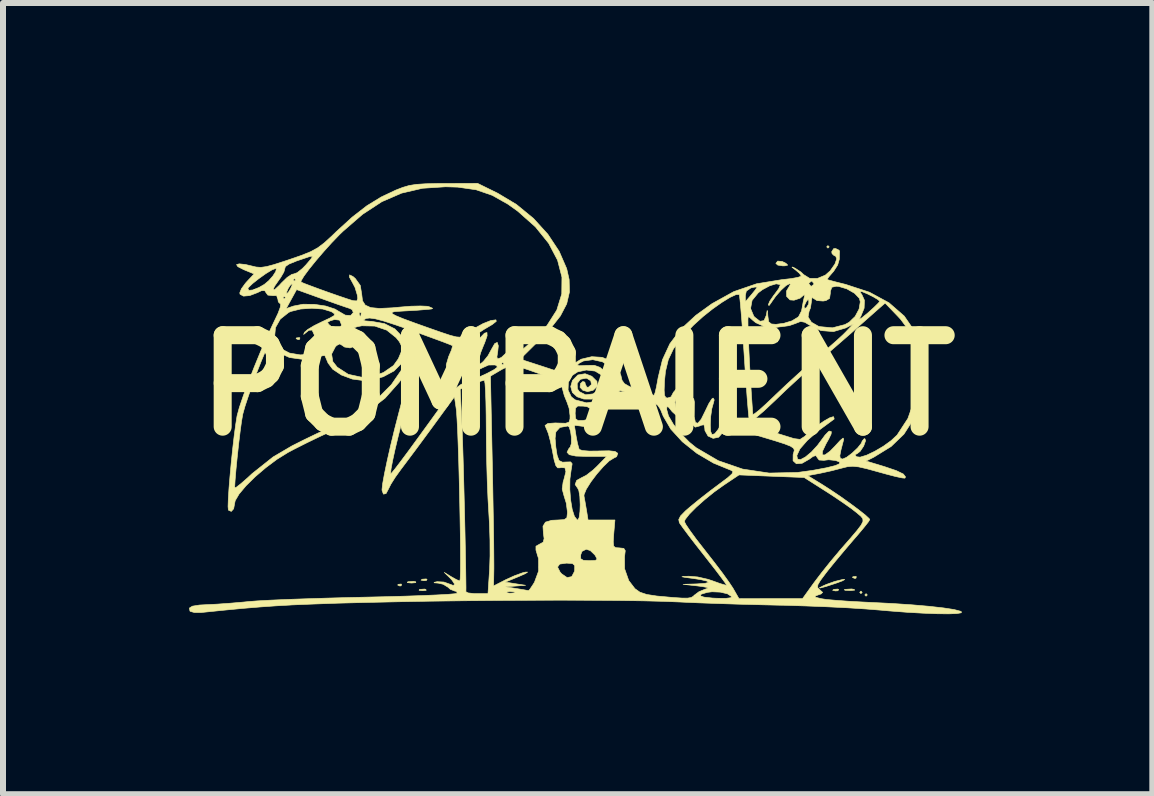
<source format=kicad_pcb>
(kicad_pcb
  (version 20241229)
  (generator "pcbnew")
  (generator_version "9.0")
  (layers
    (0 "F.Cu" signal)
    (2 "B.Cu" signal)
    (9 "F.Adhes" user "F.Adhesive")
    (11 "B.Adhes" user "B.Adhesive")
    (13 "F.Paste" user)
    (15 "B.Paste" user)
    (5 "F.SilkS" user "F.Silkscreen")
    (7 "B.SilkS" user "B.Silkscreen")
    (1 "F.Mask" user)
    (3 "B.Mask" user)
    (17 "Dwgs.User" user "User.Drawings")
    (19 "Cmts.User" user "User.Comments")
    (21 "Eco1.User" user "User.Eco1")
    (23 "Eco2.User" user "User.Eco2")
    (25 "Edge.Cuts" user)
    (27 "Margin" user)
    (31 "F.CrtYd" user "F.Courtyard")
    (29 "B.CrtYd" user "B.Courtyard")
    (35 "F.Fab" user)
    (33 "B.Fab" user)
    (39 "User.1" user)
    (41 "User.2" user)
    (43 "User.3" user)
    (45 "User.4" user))
  (footprint "POMPAIENT"
    (layer "F.Cu")
    (at 6.575 3.37)
    (property "Reference" "POMPAIENT" (at 0 0 0) (layer "F.SilkS") (effects (font (size 1.524 1.524) (thickness 0.3))))
    (attr through_hole)
    (fp_poly (pts (xy 4.191 -2.307) (xy 4.17 -2.286) (xy 4.149 -2.307) (xy 4.17 -2.328) (xy 4.191 -2.307)) (stroke (width 0.01) (type solid)) (fill yes) (layer "F.SilkS"))
    (fp_poly (pts (xy 4.741 3.45) (xy 4.72 3.471) (xy 4.699 3.45) (xy 4.72 3.429) (xy 4.741 3.45)) (stroke (width 0.01) (type solid)) (fill yes) (layer "F.SilkS"))
    (fp_poly (pts (xy 4.826 3.493) (xy 4.805 3.514) (xy 4.784 3.493) (xy 4.805 3.471) (xy 4.826 3.493)) (stroke (width 0.01) (type solid)) (fill yes) (layer "F.SilkS"))
    (fp_poly (pts (xy -4.628 -0.79) (xy -4.634 -0.765) (xy -4.657 -0.762) (xy -4.692 -0.777) (xy -4.685 -0.79) (xy -4.635 -0.795) (xy -4.628 -0.79)) (stroke (width 0.01) (type solid)) (fill yes) (layer "F.SilkS"))
    (fp_poly (pts (xy -2.935 3.316) (xy -2.941 3.341) (xy -2.963 3.344) (xy -2.998 3.329) (xy -2.992 3.316) (xy -2.941 3.311) (xy -2.935 3.316)) (stroke (width 0.01) (type solid)) (fill yes) (layer "F.SilkS"))
    (fp_poly (pts (xy -2.529 3.401) (xy -2.524 3.416) (xy -2.582 3.422) (xy -2.642 3.416) (xy -2.635 3.401) (xy -2.549 3.395) (xy -2.529 3.401)) (stroke (width 0.01) (type solid)) (fill yes) (layer "F.SilkS"))
    (fp_poly (pts (xy -2.509 3.234) (xy -2.522 3.253) (xy -2.565 3.256) (xy -2.61 3.246) (xy -2.59 3.231) (xy -2.524 3.226) (xy -2.509 3.234)) (stroke (width 0.01) (type solid)) (fill yes) (layer "F.SilkS"))
    (fp_poly (pts (xy 4.349 3.403) (xy 4.336 3.423) (xy 4.293 3.426) (xy 4.248 3.415) (xy 4.268 3.4) (xy 4.334 3.395) (xy 4.349 3.403)) (stroke (width 0.01) (type solid)) (fill yes) (layer "F.SilkS"))
    (fp_poly (pts (xy 4.643 3.189) (xy 4.637 3.214) (xy 4.614 3.217) (xy 4.579 3.202) (xy 4.586 3.189) (xy 4.636 3.184) (xy 4.643 3.189)) (stroke (width 0.01) (type solid)) (fill yes) (layer "F.SilkS"))
    (fp_poly (pts (xy -2.698 3.274) (xy -2.697 3.288) (xy -2.763 3.294) (xy -2.773 3.294) (xy -2.838 3.288) (xy -2.832 3.275) (xy -2.825 3.273) (xy -2.733 3.266) (xy -2.698 3.274)) (stroke (width 0.01) (type solid)) (fill yes) (layer "F.SilkS"))
    (fp_poly (pts (xy 3.409 -2.063) (xy 3.471 -2.032) (xy 3.5 -2.003) (xy 3.455 -1.991) (xy 3.418 -1.99) (xy 3.334 -2.003) (xy 3.302 -2.032) (xy 3.333 -2.07) (xy 3.409 -2.063)) (stroke (width 0.01) (type solid)) (fill yes) (layer "F.SilkS"))
    (fp_poly (pts (xy 4.604 3.4) (xy 4.617 3.412) (xy 4.558 3.419) (xy 4.53 3.419) (xy 4.453 3.415) (xy 4.444 3.404) (xy 4.456 3.4) (xy 4.563 3.393) (xy 4.604 3.4)) (stroke (width 0.01) (type solid)) (fill yes) (layer "F.SilkS"))
    (fp_poly (pts (xy 4.45 3.236) (xy 4.411 3.258) (xy 4.308 3.296) (xy 4.297 3.3) (xy 4.134 3.353) (xy 4.044 3.377) (xy 4.027 3.374) (xy 4.087 3.343) (xy 4.143 3.318) (xy 4.282 3.268) (xy 4.417 3.235) (xy 4.418 3.235) (xy 4.45 3.236)) (stroke (width 0.01) (type solid)) (fill yes) (layer "F.SilkS"))
    (fp_poly (pts (xy -1.332 -3.2) (xy -1.02 -3.013) (xy -0.737 -2.781) (xy -0.496 -2.516) (xy -0.308 -2.232) (xy -0.183 -1.944) (xy -0.142 -1.763) (xy -0.137 -1.555) (xy -0.183 -1.357) (xy -0.288 -1.156) (xy -0.458 -0.94) (xy -0.612 -0.779) (xy -0.958 -0.436) (xy -0.604 -0.321) (xy -0.251 -0.205) (xy -0.103 -0.336) (xy 0.058 -0.435) (xy 0.235 -0.477) (xy 0.408 -0.466) (xy 0.559 -0.405) (xy 0.67 -0.298) (xy 0.72 -0.165) (xy 0.739 -0.084) (xy 0.779 -0.028) (xy 0.861 0.019) (xy 0.995 0.071) (xy 1.129 0.12) (xy 1.23 0.154) (xy 1.271 0.167) (xy 1.288 0.13) (xy 1.3 0.08) (xy 1.441 0.08) (xy 1.447 0.167) (xy 1.469 0.205) (xy 1.498 0.212) (xy 1.557 0.192) (xy 1.566 0.173) (xy 1.596 0.116) (xy 1.668 0.033) (xy 1.756 -0.051) (xy 1.836 -0.112) (xy 1.874 -0.127) (xy 1.876 -0.101) (xy 1.826 -0.037) (xy 1.785 0.006) (xy 1.669 0.149) (xy 1.619 0.28) (xy 1.641 0.388) (xy 1.651 0.403) (xy 1.732 0.461) (xy 1.803 0.436) (xy 1.856 0.339) (xy 1.901 0.238) (xy 1.933 0.22) (xy 1.946 0.283) (xy 1.944 0.349) (xy 1.942 0.524) (xy 1.962 0.619) (xy 2.002 0.632) (xy 2.059 0.565) (xy 2.129 0.423) (xy 2.185 0.306) (xy 2.234 0.229) (xy 2.257 0.212) (xy 2.275 0.243) (xy 2.264 0.286) (xy 2.235 0.39) (xy 2.216 0.524) (xy 2.21 0.66) (xy 2.216 0.768) (xy 2.237 0.821) (xy 2.284 0.807) (xy 2.342 0.734) (xy 2.353 0.713) (xy 2.393 0.608) (xy 2.408 0.481) (xy 2.401 0.303) (xy 2.399 0.281) (xy 2.389 0.125) (xy 2.394 0.043) (xy 2.413 0.027) (xy 2.422 0.034) (xy 2.452 0.101) (xy 2.477 0.221) (xy 2.489 0.316) (xy 2.508 0.551) (xy 3 0.701) (xy 3.203 0.763) (xy 3.386 0.82) (xy 3.527 0.864) (xy 3.605 0.888) (xy 3.706 0.901) (xy 3.786 0.849) (xy 3.796 0.838) (xy 3.88 0.759) (xy 3.99 0.674) (xy 4.104 0.596) (xy 4.2 0.541) (xy 4.259 0.523) (xy 4.265 0.525) (xy 4.274 0.561) (xy 4.272 0.563) (xy 4.015 0.753) (xy 3.825 0.92) (xy 3.703 1.06) (xy 3.652 1.17) (xy 3.663 1.23) (xy 3.711 1.239) (xy 3.794 1.195) (xy 3.895 1.111) (xy 3.996 1.001) (xy 4.051 0.927) (xy 4.123 0.829) (xy 4.18 0.77) (xy 4.197 0.762) (xy 4.227 0.772) (xy 4.223 0.812) (xy 4.181 0.899) (xy 4.139 0.973) (xy 4.08 1.097) (xy 4.076 1.16) (xy 4.12 1.16) (xy 4.206 1.097) (xy 4.285 1.016) (xy 4.376 0.917) (xy 4.422 0.879) (xy 4.433 0.897) (xy 4.425 0.931) (xy 4.385 1.084) (xy 4.368 1.174) (xy 4.376 1.216) (xy 4.406 1.227) (xy 4.416 1.228) (xy 4.482 1.199) (xy 4.573 1.13) (xy 4.664 1.044) (xy 4.727 0.965) (xy 4.741 0.928) (xy 4.774 0.89) (xy 4.785 0.889) (xy 4.798 0.921) (xy 4.769 1.002) (xy 4.763 1.016) (xy 4.705 1.102) (xy 4.651 1.143) (xy 4.647 1.143) (xy 4.62 1.158) (xy 4.644 1.19) (xy 4.706 1.197) (xy 4.815 1.164) (xy 4.951 1.099) (xy 5.094 1.015) (xy 5.224 0.921) (xy 5.322 0.829) (xy 5.502 0.553) (xy 5.617 0.227) (xy 5.665 -0.133) (xy 5.663 -0.438) (xy 5.62 -0.687) (xy 5.529 -0.9) (xy 5.382 -1.099) (xy 5.329 -1.156) (xy 5.123 -1.37) (xy 5.027 -1.287) (xy 4.958 -1.226) (xy 4.843 -1.124) (xy 4.697 -0.995) (xy 4.551 -0.865) (xy 4.373 -0.71) (xy 4.192 -0.553) (xy 4.031 -0.417) (xy 3.937 -0.339) (xy 3.815 -0.235) (xy 3.654 -0.091) (xy 3.474 0.075) (xy 3.297 0.245) (xy 3.293 0.249) (xy 3.102 0.428) (xy 2.967 0.543) (xy 2.886 0.594) (xy 2.861 0.589) (xy 2.852 0.531) (xy 2.84 0.402) (xy 2.824 0.212) (xy 2.807 -0.024) (xy 2.788 -0.295) (xy 2.776 -0.482) (xy 2.757 -0.766) (xy 2.739 -1.02) (xy 2.733 -1.103) (xy 2.837 -1.103) (xy 2.838 -0.991) (xy 2.843 -0.821) (xy 2.852 -0.605) (xy 2.864 -0.356) (xy 2.88 -0.087) (xy 2.897 0.188) (xy 2.916 0.458) (xy 2.918 0.486) (xy 2.947 0.474) (xy 3.025 0.413) (xy 3.139 0.31) (xy 3.278 0.178) (xy 3.291 0.165) (xy 3.479 -0.013) (xy 3.688 -0.204) (xy 3.887 -0.38) (xy 4 -0.476) (xy 4.159 -0.609) (xy 4.308 -0.739) (xy 4.423 -0.845) (xy 4.466 -0.888) (xy 4.593 -1.022) (xy 4.466 -0.956) (xy 4.262 -0.895) (xy 4.053 -0.912) (xy 3.886 -0.989) (xy 3.785 -1.05) (xy 3.715 -1.064) (xy 3.642 -1.036) (xy 3.637 -1.033) (xy 3.524 -0.994) (xy 3.387 -0.975) (xy 3.376 -0.975) (xy 3.267 -0.96) (xy 3.218 -0.926) (xy 3.239 -0.884) (xy 3.281 -0.862) (xy 3.337 -0.809) (xy 3.344 -0.779) (xy 3.329 -0.723) (xy 3.289 -0.739) (xy 3.237 -0.819) (xy 3.224 -0.847) (xy 3.153 -0.947) (xy 3.067 -0.999) (xy 2.968 -1.043) (xy 2.918 -1.084) (xy 2.863 -1.134) (xy 2.842 -1.143) (xy 2.837 -1.103) (xy 2.733 -1.103) (xy 2.722 -1.234) (xy 2.718 -1.28) (xy 2.881 -1.28) (xy 2.934 -1.153) (xy 2.949 -1.136) (xy 3.038 -1.067) (xy 3.105 -1.078) (xy 3.144 -1.168) (xy 3.145 -1.175) (xy 3.157 -1.246) (xy 3.163 -1.24) (xy 3.169 -1.154) (xy 3.182 -1.059) (xy 3.228 -1.022) (xy 3.303 -1.016) (xy 3.435 -1.033) (xy 3.571 -1.074) (xy 3.572 -1.075) (xy 3.677 -1.139) (xy 3.839 -1.139) (xy 3.895 -1.051) (xy 4.01 -0.985) (xy 4.033 -0.978) (xy 4.245 -0.958) (xy 4.453 -1.012) (xy 4.524 -1.051) (xy 4.575 -1.101) (xy 4.692 -1.101) (xy 4.727 -1.118) (xy 4.821 -1.194) (xy 4.835 -1.206) (xy 4.938 -1.299) (xy 5.01 -1.37) (xy 5.034 -1.4) (xy 5.002 -1.429) (xy 4.923 -1.476) (xy 4.827 -1.524) (xy 4.743 -1.559) (xy 4.71 -1.566) (xy 4.71 -1.543) (xy 4.733 -1.516) (xy 4.778 -1.417) (xy 4.773 -1.285) (xy 4.719 -1.153) (xy 4.712 -1.142) (xy 4.692 -1.101) (xy 4.575 -1.101) (xy 4.623 -1.147) (xy 4.689 -1.271) (xy 4.709 -1.391) (xy 4.694 -1.449) (xy 4.613 -1.534) (xy 4.485 -1.607) (xy 4.349 -1.648) (xy 4.308 -1.651) (xy 4.235 -1.634) (xy 4.211 -1.568) (xy 4.21 -1.535) (xy 4.197 -1.448) (xy 4.137 -1.412) (xy 4.09 -1.404) (xy 3.987 -1.412) (xy 3.932 -1.447) (xy 3.905 -1.465) (xy 3.895 -1.403) (xy 3.895 -1.397) (xy 3.879 -1.29) (xy 3.855 -1.23) (xy 3.839 -1.139) (xy 3.677 -1.139) (xy 3.679 -1.14) (xy 3.729 -1.238) (xy 3.737 -1.276) (xy 3.745 -1.319) (xy 3.773 -1.319) (xy 3.779 -1.282) (xy 3.81 -1.291) (xy 3.847 -1.352) (xy 3.852 -1.389) (xy 3.845 -1.436) (xy 3.816 -1.406) (xy 3.81 -1.397) (xy 3.773 -1.319) (xy 3.745 -1.319) (xy 3.758 -1.393) (xy 3.778 -1.48) (xy 3.778 -1.482) (xy 3.785 -1.52) (xy 3.778 -1.513) (xy 3.707 -1.452) (xy 3.605 -1.418) (xy 3.538 -1.423) (xy 3.481 -1.482) (xy 3.48 -1.572) (xy 3.522 -1.643) (xy 3.546 -1.685) (xy 3.53 -1.693) (xy 3.852 -1.693) (xy 3.885 -1.652) (xy 3.895 -1.651) (xy 3.936 -1.683) (xy 3.937 -1.693) (xy 3.905 -1.734) (xy 3.895 -1.736) (xy 3.854 -1.703) (xy 3.852 -1.693) (xy 3.53 -1.693) (xy 3.473 -1.663) (xy 3.389 -1.586) (xy 3.301 -1.486) (xy 3.23 -1.386) (xy 3.224 -1.376) (xy 3.189 -1.329) (xy 3.176 -1.341) (xy 3.201 -1.402) (xy 3.264 -1.495) (xy 3.286 -1.523) (xy 3.35 -1.61) (xy 3.375 -1.67) (xy 3.373 -1.679) (xy 3.307 -1.691) (xy 3.201 -1.659) (xy 3.079 -1.594) (xy 3.009 -1.541) (xy 2.906 -1.415) (xy 2.881 -1.28) (xy 2.718 -1.28) (xy 2.708 -1.394) (xy 2.697 -1.49) (xy 2.696 -1.496) (xy 2.794 -1.496) (xy 2.794 -1.392) (xy 2.896 -1.511) (xy 2.96 -1.59) (xy 2.99 -1.636) (xy 2.99 -1.639) (xy 2.947 -1.636) (xy 2.887 -1.623) (xy 2.81 -1.57) (xy 2.794 -1.496) (xy 2.696 -1.496) (xy 2.692 -1.513) (xy 2.638 -1.511) (xy 2.536 -1.464) (xy 2.4 -1.38) (xy 2.246 -1.271) (xy 2.089 -1.146) (xy 1.943 -1.014) (xy 1.924 -0.996) (xy 1.729 -0.788) (xy 1.595 -0.606) (xy 1.51 -0.427) (xy 1.463 -0.232) (xy 1.447 -0.074) (xy 1.441 0.08) (xy 1.3 0.08) (xy 1.312 0.03) (xy 1.338 -0.112) (xy 1.34 -0.125) (xy 1.413 -0.426) (xy 1.536 -0.692) (xy 1.718 -0.934) (xy 1.968 -1.165) (xy 2.238 -1.36) (xy 2.601 -1.561) (xy 2.982 -1.692) (xy 3.406 -1.761) (xy 3.558 -1.778) (xy 3.671 -1.799) (xy 3.724 -1.818) (xy 3.725 -1.821) (xy 3.695 -1.866) (xy 3.63 -1.922) (xy 3.571 -1.968) (xy 3.579 -1.971) (xy 3.623 -1.951) (xy 3.72 -1.888) (xy 3.766 -1.844) (xy 3.866 -1.782) (xy 3.995 -1.781) (xy 4.127 -1.836) (xy 4.208 -1.908) (xy 4.286 -2.02) (xy 4.317 -2.108) (xy 4.297 -2.155) (xy 4.276 -2.159) (xy 4.239 -2.193) (xy 4.233 -2.226) (xy 4.265 -2.277) (xy 4.299 -2.279) (xy 4.356 -2.25) (xy 4.363 -2.233) (xy 4.361 -2.169) (xy 4.36 -2.102) (xy 4.332 -2.005) (xy 4.264 -1.898) (xy 4.252 -1.885) (xy 4.186 -1.809) (xy 4.156 -1.765) (xy 4.157 -1.762) (xy 4.201 -1.749) (xy 4.306 -1.721) (xy 4.45 -1.685) (xy 4.466 -1.681) (xy 4.862 -1.551) (xy 5.187 -1.375) (xy 5.441 -1.154) (xy 5.626 -0.885) (xy 5.742 -0.568) (xy 5.782 -0.332) (xy 5.792 -0.137) (xy 5.774 0.037) (xy 5.723 0.237) (xy 5.722 0.24) (xy 5.599 0.559) (xy 5.436 0.814) (xy 5.222 1.02) (xy 4.943 1.192) (xy 4.933 1.198) (xy 4.806 1.262) (xy 5.113 1.355) (xy 5.31 1.422) (xy 5.426 1.478) (xy 5.463 1.526) (xy 5.452 1.547) (xy 5.407 1.543) (xy 5.298 1.52) (xy 5.144 1.48) (xy 5.014 1.444) (xy 4.818 1.39) (xy 4.682 1.359) (xy 4.581 1.349) (xy 4.495 1.356) (xy 4.403 1.379) (xy 4.234 1.423) (xy 4.057 1.462) (xy 4.023 1.469) (xy 3.833 1.505) (xy 4.065 1.647) (xy 4.212 1.741) (xy 4.374 1.85) (xy 4.534 1.964) (xy 4.678 2.071) (xy 4.791 2.16) (xy 4.856 2.22) (xy 4.867 2.237) (xy 4.841 2.279) (xy 4.77 2.369) (xy 4.667 2.492) (xy 4.589 2.582) (xy 4.445 2.751) (xy 4.298 2.927) (xy 4.173 3.081) (xy 4.137 3.127) (xy 4.046 3.249) (xy 4.002 3.323) (xy 3.998 3.369) (xy 4.029 3.403) (xy 4.035 3.407) (xy 4.082 3.45) (xy 4.056 3.476) (xy 4.012 3.491) (xy 3.954 3.513) (xy 3.965 3.531) (xy 4.052 3.554) (xy 4.053 3.554) (xy 4.142 3.568) (xy 4.297 3.582) (xy 4.501 3.597) (xy 4.735 3.61) (xy 4.878 3.617) (xy 5.237 3.635) (xy 5.567 3.657) (xy 5.856 3.682) (xy 6.095 3.709) (xy 6.272 3.736) (xy 6.378 3.764) (xy 6.392 3.771) (xy 6.392 3.79) (xy 6.318 3.803) (xy 6.181 3.808) (xy 5.99 3.806) (xy 5.757 3.797) (xy 5.491 3.782) (xy 5.203 3.76) (xy 5.056 3.747) (xy 4.806 3.727) (xy 4.496 3.707) (xy 4.15 3.69) (xy 3.792 3.676) (xy 3.448 3.665) (xy 3.365 3.664) (xy 3.032 3.656) (xy 2.683 3.647) (xy 2.341 3.636) (xy 2.03 3.625) (xy 1.774 3.614) (xy 1.714 3.611) (xy 1.439 3.6) (xy 1.091 3.591) (xy 0.68 3.585) (xy 0.218 3.582) (xy -0.285 3.58) (xy -0.816 3.582) (xy -1.365 3.585) (xy -1.921 3.59) (xy -2.473 3.597) (xy -3.009 3.607) (xy -3.519 3.618) (xy -3.991 3.63) (xy -4.414 3.645) (xy -4.778 3.66) (xy -4.784 3.661) (xy -5.033 3.675) (xy -5.288 3.693) (xy -5.568 3.716) (xy -5.893 3.747) (xy -6.276 3.786) (xy -6.385 3.786) (xy -6.454 3.767) (xy -6.46 3.761) (xy -6.47 3.712) (xy -6.42 3.68) (xy -6.301 3.661) (xy -6.167 3.654) (xy -6.005 3.646) (xy -5.794 3.631) (xy -5.572 3.612) (xy -5.482 3.603) (xy -5.338 3.592) (xy -5.123 3.58) (xy -4.85 3.568) (xy -4.532 3.557) (xy -4.183 3.546) (xy -3.816 3.536) (xy -3.544 3.53) (xy -3.194 3.522) (xy -2.871 3.513) (xy -2.586 3.503) (xy -2.347 3.493) (xy -2.164 3.483) (xy -2.048 3.473) (xy -2.007 3.465) (xy -2.019 3.433) (xy -2.045 3.429) (xy -2.122 3.399) (xy -2.159 3.365) (xy -2.24 3.315) (xy -2.323 3.296) (xy -2.393 3.29) (xy -2.383 3.281) (xy -2.341 3.272) (xy -2.229 3.278) (xy -2.158 3.303) (xy -2.072 3.335) (xy -2.049 3.315) (xy -2.091 3.25) (xy -2.124 3.214) (xy -2.223 3.117) (xy -2.108 3.188) (xy -2.019 3.238) (xy -1.964 3.26) (xy -1.963 3.26) (xy -1.957 3.219) (xy -1.953 3.106) (xy -1.952 2.932) (xy -1.953 2.709) (xy -1.956 2.448) (xy -1.961 2.161) (xy -1.967 1.861) (xy -1.974 1.559) (xy -1.982 1.266) (xy -1.991 0.996) (xy -2 0.758) (xy -2.01 0.566) (xy -2.019 0.43) (xy -2.025 0.382) (xy -2.053 0.192) (xy -2.408 0.678) (xy -2.555 0.878) (xy -2.702 1.077) (xy -2.833 1.252) (xy -2.932 1.384) (xy -2.942 1.397) (xy -3.038 1.53) (xy -3.113 1.649) (xy -3.151 1.725) (xy -3.193 1.804) (xy -3.236 1.813) (xy -3.259 1.752) (xy -3.26 1.735) (xy -3.249 1.637) (xy -3.219 1.473) (xy -3.174 1.258) (xy -3.117 1.006) (xy -3.051 0.734) (xy -2.979 0.455) (xy -2.938 0.3) (xy -2.885 0.102) (xy -2.844 -0.065) (xy -2.817 -0.184) (xy -2.809 -0.24) (xy -2.81 -0.242) (xy -2.841 -0.219) (xy -2.905 -0.143) (xy -2.978 -0.046) (xy -3.211 0.216) (xy -3.519 0.454) (xy -3.906 0.673) (xy -4.062 0.746) (xy -4.283 0.847) (xy -4.515 0.959) (xy -4.723 1.064) (xy -4.825 1.118) (xy -5.009 1.232) (xy -5.196 1.372) (xy -5.373 1.523) (xy -5.526 1.674) (xy -5.641 1.811) (xy -5.706 1.922) (xy -5.715 1.965) (xy -5.732 2.057) (xy -5.771 2.101) (xy -5.816 2.082) (xy -5.82 2.075) (xy -5.825 2.02) (xy -5.821 1.897) (xy -5.81 1.723) (xy -5.809 1.709) (xy -5.715 1.709) (xy -5.687 1.698) (xy -5.611 1.639) (xy -5.501 1.543) (xy -5.427 1.474) (xy -5.075 1.194) (xy -4.76 1.009) (xy -4.559 0.908) (xy -4.348 0.806) (xy -4.163 0.721) (xy -4.106 0.696) (xy -3.701 0.491) (xy -3.37 0.257) (xy -3.104 -0.011) (xy -2.915 -0.286) (xy -2.825 -0.425) (xy -2.761 -0.486) (xy -2.723 -0.473) (xy -2.711 -0.388) (xy -2.726 -0.235) (xy -2.768 -0.018) (xy -2.836 0.262) (xy -2.856 0.335) (xy -2.925 0.593) (xy -2.988 0.841) (xy -3.042 1.066) (xy -3.083 1.253) (xy -3.109 1.39) (xy -3.117 1.464) (xy -3.114 1.472) (xy -3.094 1.454) (xy -3.04 1.388) (xy -2.95 1.27) (xy -2.821 1.097) (xy -2.651 0.864) (xy -2.436 0.568) (xy -2.265 0.331) (xy -2.136 0.162) (xy -2.045 0.064) (xy -1.957 0.064) (xy -1.929 0.635) (xy -1.923 0.78) (xy -1.916 0.986) (xy -1.908 1.24) (xy -1.9 1.529) (xy -1.892 1.837) (xy -1.884 2.154) (xy -1.877 2.464) (xy -1.871 2.754) (xy -1.866 3.011) (xy -1.863 3.221) (xy -1.861 3.371) (xy -1.862 3.44) (xy -1.825 3.459) (xy -1.73 3.47) (xy -1.678 3.471) (xy -1.494 3.471) (xy -1.493 3.455) (xy -1.191 3.455) (xy -1.135 3.463) (xy -1.122 3.463) (xy -1.05 3.459) (xy -1.043 3.445) (xy -1.047 3.444) (xy -1.131 3.435) (xy -1.174 3.442) (xy -1.191 3.455) (xy -1.493 3.455) (xy -1.467 3.059) (xy -1.46 2.841) (xy -1.461 2.577) (xy -1.47 2.304) (xy -1.481 2.117) (xy -1.494 1.896) (xy -1.506 1.617) (xy -1.515 1.306) (xy -1.521 0.989) (xy -1.523 0.751) (xy -1.525 0.496) (xy -1.529 0.272) (xy -1.536 0.092) (xy -1.544 -0.031) (xy -1.554 -0.084) (xy -1.555 -0.085) (xy -1.61 -0.07) (xy -1.714 -0.033) (xy -1.772 -0.011) (xy -1.957 0.064) (xy -2.045 0.064) (xy -2.034 0.051) (xy -1.943 -0.015) (xy -1.872 -0.045) (xy -1.74 -0.095) (xy -1.608 -0.153) (xy -1.453 -0.153) (xy -1.422 1.31) (xy -1.415 1.668) (xy -1.409 2.011) (xy -1.403 2.327) (xy -1.399 2.604) (xy -1.397 2.829) (xy -1.396 2.991) (xy -1.396 3.058) (xy -1.401 3.343) (xy -1.198 3.239) (xy -1.055 3.174) (xy -0.921 3.125) (xy -0.868 3.112) (xy -0.834 3.112) (xy -0.872 3.138) (xy -0.974 3.183) (xy -1.206 3.279) (xy -1.037 3.306) (xy -0.868 3.332) (xy -1.037 3.345) (xy -1.206 3.357) (xy -1.016 3.387) (xy -0.901 3.406) (xy -0.829 3.419) (xy -0.818 3.423) (xy -0.794 3.395) (xy -0.742 3.317) (xy -0.719 3.279) (xy -0.651 3.095) (xy -0.651 3.028) (xy -0.335 3.028) (xy -0.293 3.111) (xy -0.267 3.141) (xy -0.176 3.203) (xy -0.099 3.188) (xy -0.053 3.1) (xy -0.05 3.079) (xy -0.049 3.002) (xy -0.086 2.97) (xy -0.184 2.963) (xy -0.188 2.963) (xy -0.3 2.979) (xy -0.335 3.028) (xy -0.651 3.028) (xy -0.652 2.888) (xy -0.671 2.826) (xy 0.05 2.826) (xy 0.051 2.889) (xy 0.095 2.916) (xy 0.193 2.921) (xy 0.293 2.918) (xy 0.324 2.898) (xy 0.299 2.847) (xy 0.286 2.826) (xy 0.211 2.754) (xy 0.143 2.731) (xy 0.072 2.767) (xy 0.05 2.826) (xy -0.671 2.826) (xy -0.695 2.745) (xy -0.695 2.681) (xy -0.634 2.646) (xy -0.575 2.614) (xy -0.559 2.554) (xy -0.571 2.466) (xy -0.578 2.348) (xy -0.537 2.28) (xy -0.433 2.249) (xy -0.328 2.244) (xy -0.224 2.238) (xy -0.18 2.207) (xy -0.171 2.128) (xy -0.171 2.106) (xy -0.19 1.962) (xy -0.227 1.843) (xy -0.258 1.728) (xy -0.242 1.61) (xy -0.229 1.568) (xy -0.196 1.439) (xy -0.212 1.375) (xy -0.278 1.37) (xy -0.293 1.375) (xy -0.334 1.375) (xy -0.364 1.337) (xy -0.392 1.244) (xy -0.421 1.091) (xy -0.454 0.933) (xy -0.467 0.883) (xy -0.376 0.883) (xy -0.364 1.029) (xy -0.343 1.164) (xy -0.343 1.164) (xy -0.311 1.253) (xy -0.252 1.281) (xy -0.196 1.278) (xy -0.117 1.276) (xy -0.092 1.307) (xy -0.106 1.396) (xy -0.108 1.405) (xy -0.129 1.56) (xy -0.131 1.736) (xy -0.117 1.912) (xy -0.091 2.068) (xy -0.054 2.184) (xy -0.009 2.241) (xy 0.003 2.244) (xy 0.024 2.205) (xy 0.038 2.105) (xy 0.042 1.992) (xy 0.036 1.854) (xy 0.019 1.752) (xy 0 1.714) (xy -0.042 1.653) (xy -0.017 1.585) (xy 0.058 1.543) (xy 0.144 1.499) (xy 0.255 1.413) (xy 0.321 1.351) (xy 0.483 1.185) (xy 0.157 1.185) (xy -0.031 1.179) (xy -0.14 1.156) (xy -0.177 1.115) (xy -0.145 1.052) (xy -0.124 1.03) (xy -0.105 0.97) (xy -0.104 0.872) (xy -0.118 0.769) (xy -0.142 0.695) (xy -0.163 0.678) (xy -0.296 0.702) (xy -0.363 0.776) (xy -0.376 0.883) (xy -0.467 0.883) (xy -0.488 0.805) (xy -0.517 0.732) (xy -0.519 0.729) (xy -0.544 0.669) (xy -0.537 0.665) (xy -0.055 0.665) (xy -0.026 0.847) (xy -0.003 0.968) (xy 0.021 1.054) (xy 0.028 1.069) (xy 0.079 1.087) (xy 0.192 1.096) (xy 0.341 1.095) (xy 0.351 1.094) (xy 0.522 1.091) (xy 0.623 1.102) (xy 0.666 1.131) (xy 0.668 1.135) (xy 0.649 1.189) (xy 0.601 1.213) (xy 0.526 1.259) (xy 0.427 1.355) (xy 0.319 1.478) (xy 0.219 1.611) (xy 0.143 1.732) (xy 0.106 1.823) (xy 0.105 1.844) (xy 0.123 1.941) (xy 0.145 2.069) (xy 0.148 2.085) (xy 0.173 2.244) (xy 0.621 2.244) (xy 0.601 2.477) (xy 0.593 2.609) (xy 0.6 2.679) (xy 0.631 2.705) (xy 0.695 2.709) (xy 0.695 2.709) (xy 0.769 2.717) (xy 0.793 2.755) (xy 0.782 2.849) (xy 0.781 2.855) (xy 0.782 3.057) (xy 0.851 3.253) (xy 0.954 3.388) (xy 1.037 3.447) (xy 1.151 3.485) (xy 1.319 3.511) (xy 1.366 3.515) (xy 1.585 3.535) (xy 1.735 3.545) (xy 1.831 3.546) (xy 1.89 3.536) (xy 1.925 3.516) (xy 1.934 3.507) (xy 2.041 3.507) (xy 2.104 3.529) (xy 2.246 3.545) (xy 2.312 3.548) (xy 2.468 3.55) (xy 2.553 3.539) (xy 2.565 3.52) (xy 2.496 3.474) (xy 2.377 3.446) (xy 2.24 3.44) (xy 2.159 3.45) (xy 2.059 3.48) (xy 2.041 3.507) (xy 1.934 3.507) (xy 1.944 3.497) (xy 2.02 3.44) (xy 2.108 3.403) (xy 2.163 3.383) (xy 2.157 3.368) (xy 2.082 3.354) (xy 1.99 3.342) (xy 1.757 3.316) (xy 1.986 3.309) (xy 2.125 3.299) (xy 2.18 3.283) (xy 2.154 3.262) (xy 2.048 3.237) (xy 1.917 3.217) (xy 1.788 3.2) (xy 1.738 3.19) (xy 1.762 3.184) (xy 1.852 3.181) (xy 1.999 3.193) (xy 2.17 3.232) (xy 2.251 3.259) (xy 2.373 3.303) (xy 2.458 3.328) (xy 2.482 3.332) (xy 2.461 3.296) (xy 2.396 3.207) (xy 2.297 3.076) (xy 2.171 2.915) (xy 2.114 2.842) (xy 1.975 2.665) (xy 1.853 2.507) (xy 1.759 2.381) (xy 1.703 2.302) (xy 1.694 2.288) (xy 1.691 2.27) (xy 1.778 2.27) (xy 1.803 2.32) (xy 1.872 2.422) (xy 1.975 2.563) (xy 2.103 2.727) (xy 2.138 2.772) (xy 2.281 2.955) (xy 2.413 3.129) (xy 2.519 3.277) (xy 2.588 3.38) (xy 2.593 3.389) (xy 2.688 3.555) (xy 3.217 3.554) (xy 3.747 3.554) (xy 3.937 3.29) (xy 4.06 3.128) (xy 4.21 2.94) (xy 4.359 2.762) (xy 4.381 2.736) (xy 4.543 2.551) (xy 4.655 2.419) (xy 4.724 2.328) (xy 4.754 2.267) (xy 4.751 2.222) (xy 4.72 2.183) (xy 4.666 2.137) (xy 4.655 2.127) (xy 4.561 2.054) (xy 4.418 1.953) (xy 4.249 1.839) (xy 4.147 1.773) (xy 3.774 1.536) (xy 3.231 1.515) (xy 2.688 1.493) (xy 2.434 1.663) (xy 2.276 1.776) (xy 2.118 1.904) (xy 1.974 2.032) (xy 1.861 2.146) (xy 1.792 2.234) (xy 1.778 2.27) (xy 1.691 2.27) (xy 1.684 2.237) (xy 1.714 2.177) (xy 1.797 2.092) (xy 1.872 2.027) (xy 2.021 1.905) (xy 2.2 1.765) (xy 2.364 1.642) (xy 2.499 1.541) (xy 2.571 1.476) (xy 2.588 1.439) (xy 2.56 1.417) (xy 2.558 1.417) (xy 2.263 1.296) (xy 1.986 1.133) (xy 1.744 0.94) (xy 1.552 0.73) (xy 1.427 0.516) (xy 1.42 0.5) (xy 1.38 0.401) (xy 1.483 0.401) (xy 1.513 0.51) (xy 1.596 0.651) (xy 1.718 0.803) (xy 1.864 0.95) (xy 1.976 1.041) (xy 2.343 1.256) (xy 2.749 1.396) (xy 3.19 1.462) (xy 3.662 1.452) (xy 3.916 1.417) (xy 4.146 1.374) (xy 4.294 1.337) (xy 4.366 1.305) (xy 4.363 1.277) (xy 4.299 1.253) (xy 4.182 1.24) (xy 4.103 1.25) (xy 4.023 1.245) (xy 3.996 1.21) (xy 3.97 1.171) (xy 3.923 1.184) (xy 3.863 1.228) (xy 3.74 1.299) (xy 3.644 1.307) (xy 3.589 1.257) (xy 3.59 1.154) (xy 3.601 1.117) (xy 3.61 1.079) (xy 3.595 1.047) (xy 3.546 1.014) (xy 3.449 0.976) (xy 3.294 0.926) (xy 3.098 0.867) (xy 2.895 0.806) (xy 2.72 0.754) (xy 2.589 0.714) (xy 2.52 0.692) (xy 2.516 0.691) (xy 2.468 0.712) (xy 2.421 0.782) (xy 2.349 0.865) (xy 2.257 0.884) (xy 2.172 0.845) (xy 2.121 0.755) (xy 2.117 0.71) (xy 2.104 0.657) (xy 2.052 0.667) (xy 2.033 0.677) (xy 1.959 0.697) (xy 1.903 0.647) (xy 1.896 0.636) (xy 1.817 0.568) (xy 1.75 0.55) (xy 1.662 0.518) (xy 1.574 0.438) (xy 1.571 0.434) (xy 1.513 0.362) (xy 1.488 0.356) (xy 1.483 0.401) (xy 1.38 0.401) (xy 1.379 0.399) (xy 1.334 0.332) (xy 1.265 0.283) (xy 1.151 0.236) (xy 1.026 0.193) (xy 0.707 0.086) (xy 0.603 0.19) (xy 0.508 0.269) (xy 0.422 0.318) (xy 0.419 0.319) (xy 0.362 0.371) (xy 0.338 0.454) (xy 0.354 0.531) (xy 0.389 0.56) (xy 0.418 0.607) (xy 0.411 0.65) (xy 0.381 0.692) (xy 0.32 0.707) (xy 0.205 0.699) (xy 0.164 0.694) (xy -0.055 0.665) (xy -0.537 0.665) (xy -0.497 0.636) (xy -0.373 0.627) (xy -0.317 0.629) (xy -0.2 0.632) (xy -0.145 0.614) (xy -0.128 0.562) (xy -0.127 0.507) (xy -0.132 0.466) (xy -0.042 0.466) (xy -0.035 0.556) (xy 0.005 0.587) (xy 0.095 0.585) (xy 0.192 0.564) (xy 0.229 0.515) (xy 0.233 0.466) (xy 0.218 0.39) (xy 0.158 0.356) (xy 0.095 0.347) (xy 0.001 0.345) (xy -0.036 0.38) (xy -0.042 0.466) (xy -0.132 0.466) (xy -0.143 0.38) (xy -0.177 0.283) (xy -0.223 0.171) (xy -0.248 0.079) (xy -0.16 0.079) (xy -0.106 0.192) (xy -0.042 0.242) (xy 0.147 0.292) (xy 0.342 0.264) (xy 0.468 0.2) (xy 0.595 0.074) (xy 0.64 -0.039) (xy 0.65 -0.146) (xy 0.616 -0.229) (xy 0.55 -0.303) (xy 0.414 -0.391) (xy 0.253 -0.427) (xy 0.098 -0.406) (xy 0.028 -0.37) (xy -0.005 -0.339) (xy 0.021 -0.326) (xy 0.116 -0.33) (xy 0.145 -0.332) (xy 0.278 -0.333) (xy 0.37 -0.3) (xy 0.442 -0.239) (xy 0.528 -0.131) (xy 0.541 -0.036) (xy 0.483 0.073) (xy 0.466 0.095) (xy 0.358 0.187) (xy 0.231 0.23) (xy 0.103 0.229) (xy -0.009 0.191) (xy -0.088 0.119) (xy -0.116 0.021) (xy -0.087 -0.08) (xy 0.003 -0.172) (xy 0.124 -0.193) (xy 0.235 -0.151) (xy 0.321 -0.066) (xy 0.328 0.016) (xy 0.257 0.083) (xy 0.165 0.105) (xy 0.087 0.083) (xy 0.04 0.033) (xy 0.046 -0.027) (xy 0.085 -0.064) (xy 0.12 -0.053) (xy 0.127 -0.02) (xy 0.152 0.031) (xy 0.18 0.032) (xy 0.23 -0.014) (xy 0.218 -0.075) (xy 0.154 -0.116) (xy 0.14 -0.119) (xy 0.045 -0.1) (xy -0.008 -0.031) (xy -0.005 0.058) (xy 0.027 0.105) (xy 0.132 0.158) (xy 0.255 0.143) (xy 0.37 0.063) (xy 0.395 0.033) (xy 0.45 -0.049) (xy 0.454 -0.101) (xy 0.41 -0.161) (xy 0.403 -0.168) (xy 0.29 -0.237) (xy 0.144 -0.255) (xy -0.000268 -0.224) (xy -0.087 -0.167) (xy -0.155 -0.05) (xy -0.16 0.079) (xy -0.248 0.079) (xy -0.252 0.064) (xy -0.272 0.002) (xy -0.31 -0.047) (xy -0.385 -0.093) (xy -0.511 -0.146) (xy -0.658 -0.2) (xy -0.828 -0.26) (xy -0.97 -0.306) (xy -1.064 -0.334) (xy -1.088 -0.338) (xy -1.153 -0.318) (xy -1.257 -0.268) (xy -1.295 -0.246) (xy -1.453 -0.153) (xy -1.608 -0.153) (xy -1.581 -0.165) (xy -1.503 -0.202) (xy -1.387 -0.264) (xy -1.339 -0.302) (xy -1.35 -0.327) (xy -1.376 -0.339) (xy -1.484 -0.338) (xy -1.556 -0.306) (xy -1.639 -0.267) (xy -1.702 -0.286) (xy -1.717 -0.298) (xy -1.759 -0.372) (xy -1.756 -0.42) (xy -1.767 -0.433) (xy -1.823 -0.394) (xy -1.873 -0.349) (xy -2.005 -0.248) (xy -2.109 -0.216) (xy -2.175 -0.249) (xy -2.191 -0.339) (xy -2.148 -0.483) (xy -2.142 -0.496) (xy -2.1 -0.594) (xy -2.085 -0.655) (xy -2.087 -0.661) (xy -2.13 -0.68) (xy -2.239 -0.722) (xy -2.402 -0.782) (xy -2.603 -0.855) (xy -2.769 -0.915) (xy -3.034 -1.007) (xy -3.231 -1.071) (xy -3.371 -1.108) (xy -3.464 -1.121) (xy -3.521 -1.115) (xy -3.526 -1.113) (xy -3.569 -1.088) (xy -3.546 -1.074) (xy -3.45 -1.066) (xy -3.436 -1.066) (xy -3.219 -1.028) (xy -3.046 -0.94) (xy -2.925 -0.814) (xy -2.865 -0.662) (xy -2.874 -0.497) (xy -2.934 -0.366) (xy -3.06 -0.239) (xy -3.241 -0.142) (xy -3.447 -0.086) (xy -3.559 -0.078) (xy -3.755 -0.104) (xy -3.937 -0.172) (xy -4.082 -0.269) (xy -4.159 -0.372) (xy -4.195 -0.457) (xy -4.213 -0.496) (xy -4.252 -0.492) (xy -4.344 -0.47) (xy -4.38 -0.461) (xy -4.593 -0.434) (xy -4.801 -0.463) (xy -4.975 -0.542) (xy -5.018 -0.577) (xy -5.101 -0.643) (xy -5.15 -0.649) (xy -5.17 -0.628) (xy -5.212 -0.545) (xy -5.272 -0.402) (xy -5.343 -0.221) (xy -5.416 -0.021) (xy -5.485 0.175) (xy -5.542 0.346) (xy -5.578 0.473) (xy -5.581 0.487) (xy -5.6 0.596) (xy -5.623 0.765) (xy -5.648 0.972) (xy -5.672 1.193) (xy -5.693 1.403) (xy -5.708 1.581) (xy -5.715 1.701) (xy -5.715 1.709) (xy -5.809 1.709) (xy -5.793 1.514) (xy -5.772 1.286) (xy -5.748 1.056) (xy -5.723 0.84) (xy -5.698 0.654) (xy -5.676 0.515) (xy -5.673 0.501) (xy -5.637 0.369) (xy -5.572 0.177) (xy -5.487 -0.054) (xy -5.388 -0.307) (xy -5.283 -0.563) (xy -5.178 -0.804) (xy -5.175 -0.812) (xy -5.049 -0.812) (xy -4.994 -0.671) (xy -4.936 -0.607) (xy -4.8 -0.537) (xy -4.623 -0.507) (xy -4.436 -0.518) (xy -4.429 -0.521) (xy -4.1 -0.521) (xy -4.08 -0.396) (xy -4.006 -0.302) (xy -3.822 -0.183) (xy -3.605 -0.136) (xy -3.376 -0.161) (xy -3.235 -0.214) (xy -3.069 -0.329) (xy -2.988 -0.442) (xy -2.937 -0.564) (xy -2.93 -0.646) (xy -2.971 -0.727) (xy -3.026 -0.795) (xy -3.181 -0.919) (xy -3.38 -0.987) (xy -3.595 -0.992) (xy -3.674 -0.976) (xy -3.811 -0.93) (xy -3.867 -0.889) (xy -3.839 -0.853) (xy -3.764 -0.831) (xy -3.668 -0.795) (xy -3.648 -0.735) (xy -3.7 -0.659) (xy -3.792 -0.623) (xy -3.885 -0.638) (xy -3.91 -0.656) (xy -3.964 -0.692) (xy -4.016 -0.663) (xy -4.038 -0.64) (xy -4.1 -0.521) (xy -4.429 -0.521) (xy -4.284 -0.569) (xy -4.172 -0.651) (xy -4.064 -0.768) (xy -3.979 -0.893) (xy -3.938 -0.999) (xy -3.937 -1.014) (xy -3.966 -1.086) (xy -4.052 -1.096) (xy -4.125 -1.074) (xy -4.169 -1.048) (xy -4.145 -1.013) (xy -4.118 -0.992) (xy -4.073 -0.921) (xy -4.096 -0.846) (xy -4.177 -0.788) (xy -4.251 -0.769) (xy -4.344 -0.776) (xy -4.387 -0.836) (xy -4.39 -0.844) (xy -4.425 -0.92) (xy -4.479 -0.917) (xy -4.527 -0.878) (xy -4.566 -0.847) (xy -4.554 -0.879) (xy -4.551 -0.884) (xy -4.498 -0.93) (xy -4.39 -0.995) (xy -4.262 -1.058) (xy -4.128 -1.121) (xy -4.06 -1.16) (xy -4.049 -1.188) (xy -4.085 -1.216) (xy -4.109 -1.229) (xy -4.247 -1.271) (xy -4.428 -1.284) (xy -4.617 -1.271) (xy -4.778 -1.231) (xy -4.814 -1.215) (xy -4.955 -1.103) (xy -5.035 -0.962) (xy -5.049 -0.812) (xy -5.175 -0.812) (xy -5.082 -1.011) (xy -5.058 -1.061) (xy -4.993 -1.198) (xy -4.963 -1.278) (xy -4.857 -1.278) (xy -4.733 -1.321) (xy -4.576 -1.351) (xy -4.386 -1.349) (xy -4.198 -1.321) (xy -4.043 -1.27) (xy -3.989 -1.237) (xy -3.872 -1.169) (xy -3.783 -1.163) (xy -3.762 -1.185) (xy -3.641 -1.185) (xy -3.625 -1.15) (xy -3.612 -1.157) (xy -3.607 -1.207) (xy -3.612 -1.214) (xy -3.638 -1.208) (xy -3.641 -1.185) (xy -3.762 -1.185) (xy -3.738 -1.212) (xy -3.758 -1.261) (xy -3.798 -1.281) (xy -3.868 -1.304) (xy -3.998 -1.349) (xy -4.164 -1.408) (xy -4.278 -1.449) (xy -4.683 -1.595) (xy -4.857 -1.278) (xy -4.963 -1.278) (xy -4.955 -1.301) (xy -4.948 -1.352) (xy -4.952 -1.355) (xy -4.988 -1.39) (xy -4.995 -1.435) (xy -5.004 -1.46) (xy -4.911 -1.46) (xy -4.889 -1.439) (xy -4.868 -1.46) (xy -4.889 -1.482) (xy -4.911 -1.46) (xy -5.004 -1.46) (xy -5.016 -1.495) (xy -5.079 -1.494) (xy -5.162 -1.503) (xy -5.189 -1.539) (xy -5.192 -1.543) (xy -4.853 -1.543) (xy -4.85 -1.524) (xy -4.816 -1.556) (xy -4.784 -1.609) (xy -4.756 -1.674) (xy -4.76 -1.693) (xy -4.794 -1.661) (xy -4.826 -1.609) (xy -4.853 -1.543) (xy -5.192 -1.543) (xy -5.216 -1.581) (xy -5.265 -1.578) (xy -5.336 -1.544) (xy -5.465 -1.495) (xy -5.568 -1.486) (xy -5.625 -1.517) (xy -5.63 -1.541) (xy -5.603 -1.607) (xy -5.599 -1.613) (xy -5.495 -1.613) (xy -5.479 -1.582) (xy -5.41 -1.589) (xy -5.407 -1.591) (xy -5.076 -1.591) (xy -5.047 -1.595) (xy -4.971 -1.666) (xy -4.934 -1.707) (xy -4.919 -1.721) (xy -4.61 -1.721) (xy -4.561 -1.699) (xy -4.453 -1.658) (xy -4.307 -1.604) (xy -4.143 -1.545) (xy -3.983 -1.489) (xy -3.847 -1.443) (xy -3.757 -1.414) (xy -3.741 -1.41) (xy -3.679 -1.406) (xy -3.664 -1.449) (xy -3.673 -1.509) (xy -3.71 -1.631) (xy -3.753 -1.713) (xy -3.804 -1.805) (xy -3.8 -1.84) (xy -3.744 -1.813) (xy -3.704 -1.778) (xy -3.622 -1.664) (xy -3.598 -1.516) (xy -3.585 -1.408) (xy -3.539 -1.336) (xy -3.449 -1.295) (xy -3.303 -1.281) (xy -3.091 -1.291) (xy -2.964 -1.303) (xy -2.779 -1.318) (xy -2.619 -1.322) (xy -2.508 -1.317) (xy -2.477 -1.31) (xy -2.416 -1.283) (xy -2.434 -1.272) (xy -2.477 -1.267) (xy -2.669 -1.251) (xy -2.916 -1.237) (xy -2.963 -1.234) (xy -3.051 -1.228) (xy -3.095 -1.215) (xy -3.09 -1.193) (xy -3.028 -1.159) (xy -2.904 -1.108) (xy -2.711 -1.037) (xy -2.487 -0.957) (xy -2.273 -0.882) (xy -2.125 -0.833) (xy -2.025 -0.807) (xy -1.96 -0.802) (xy -1.914 -0.815) (xy -1.872 -0.843) (xy -1.859 -0.853) (xy -1.722 -0.948) (xy -1.577 -1.028) (xy -1.448 -1.079) (xy -1.362 -1.091) (xy -1.356 -1.066) (xy -1.423 -1.013) (xy -1.555 -0.935) (xy -1.559 -0.933) (xy -1.793 -0.778) (xy -1.943 -0.617) (xy -2.042 -0.458) (xy -2.092 -0.35) (xy -2.095 -0.299) (xy -2.052 -0.31) (xy -1.966 -0.387) (xy -1.888 -0.476) (xy -1.78 -0.606) (xy -1.675 -0.733) (xy -1.634 -0.783) (xy -1.553 -0.868) (xy -1.511 -0.88) (xy -1.509 -0.824) (xy -1.551 -0.704) (xy -1.565 -0.673) (xy -1.616 -0.545) (xy -1.646 -0.438) (xy -1.65 -0.406) (xy -1.645 -0.352) (xy -1.616 -0.359) (xy -1.615 -0.36) (xy -1.27 -0.36) (xy -1.249 -0.339) (xy -1.228 -0.36) (xy -1.249 -0.381) (xy -1.27 -0.36) (xy -1.615 -0.36) (xy -1.57 -0.399) (xy -1.494 -0.493) (xy -1.438 -0.596) (xy -1.382 -0.695) (xy -1.34 -0.715) (xy -1.322 -0.658) (xy -1.331 -0.569) (xy -1.346 -0.471) (xy -1.333 -0.44) (xy -1.283 -0.459) (xy -1.27 -0.465) (xy -1.189 -0.541) (xy -1.14 -0.627) (xy -1.101 -0.733) (xy -1.077 -0.801) (xy -1.041 -0.836) (xy -1.013 -0.818) (xy -0.993 -0.74) (xy -1.016 -0.657) (xy -1.043 -0.568) (xy -1.044 -0.522) (xy -1.003 -0.535) (xy -0.919 -0.596) (xy -0.809 -0.691) (xy -0.689 -0.805) (xy -0.575 -0.924) (xy -0.511 -0.997) (xy -0.348 -1.253) (xy -0.265 -1.523) (xy -0.262 -1.802) (xy -0.335 -2.085) (xy -0.483 -2.366) (xy -0.704 -2.64) (xy -0.997 -2.9) (xy -1.16 -3.017) (xy -1.422 -3.165) (xy -1.692 -3.258) (xy -1.998 -3.302) (xy -2.201 -3.308) (xy -2.585 -3.283) (xy -2.934 -3.202) (xy -3.262 -3.06) (xy -3.583 -2.85) (xy -3.912 -2.565) (xy -3.966 -2.513) (xy -4.098 -2.376) (xy -4.235 -2.224) (xy -4.365 -2.072) (xy -4.478 -1.932) (xy -4.562 -1.818) (xy -4.607 -1.743) (xy -4.61 -1.721) (xy -4.919 -1.721) (xy -4.882 -1.757) (xy -4.741 -1.757) (xy -4.72 -1.736) (xy -4.699 -1.757) (xy -4.72 -1.778) (xy -4.741 -1.757) (xy -4.882 -1.757) (xy -4.841 -1.797) (xy -4.762 -1.849) (xy -4.732 -1.855) (xy -4.672 -1.877) (xy -4.585 -1.947) (xy -4.528 -2.006) (xy -4.447 -2.101) (xy -4.419 -2.145) (xy -4.441 -2.151) (xy -4.488 -2.138) (xy -4.686 -2.071) (xy -4.81 -2.02) (xy -4.87 -1.978) (xy -4.878 -1.95) (xy -4.895 -1.888) (xy -4.95 -1.793) (xy -4.974 -1.761) (xy -5.052 -1.648) (xy -5.076 -1.591) (xy -5.407 -1.591) (xy -5.308 -1.631) (xy -5.221 -1.681) (xy -5.146 -1.744) (xy -5.077 -1.823) (xy -5.03 -1.897) (xy -5.021 -1.942) (xy -5.032 -1.947) (xy -5.094 -1.923) (xy -5.196 -1.861) (xy -5.311 -1.779) (xy -5.415 -1.697) (xy -5.483 -1.632) (xy -5.495 -1.613) (xy -5.599 -1.613) (xy -5.536 -1.7) (xy -5.511 -1.728) (xy -5.391 -1.856) (xy -5.564 -1.927) (xy -5.662 -1.977) (xy -5.684 -2.011) (xy -5.639 -2.024) (xy -5.535 -2.013) (xy -5.443 -1.991) (xy -5.359 -1.971) (xy -5.279 -1.965) (xy -5.185 -1.978) (xy -5.058 -2.012) (xy -4.876 -2.071) (xy -4.801 -2.096) (xy -4.596 -2.167) (xy -4.448 -2.227) (xy -4.331 -2.291) (xy -4.222 -2.373) (xy -4.096 -2.488) (xy -4.022 -2.56) (xy -3.755 -2.803) (xy -3.513 -2.991) (xy -3.273 -3.138) (xy -3.034 -3.251) (xy -2.916 -3.297) (xy -2.808 -3.329) (xy -2.688 -3.348) (xy -2.535 -3.358) (xy -2.328 -3.363) (xy -2.221 -3.363) (xy -1.668 -3.365) (xy -1.332 -3.2)) (stroke (width 0.01) (type solid)) (fill yes) (layer "F.SilkS")))
  (gr_rect
    (start -3 -3)
    (end 16.15 10.183)
    (stroke (width 0.1) (type default))
    (fill no)
    (layer "Edge.Cuts")))
</source>
